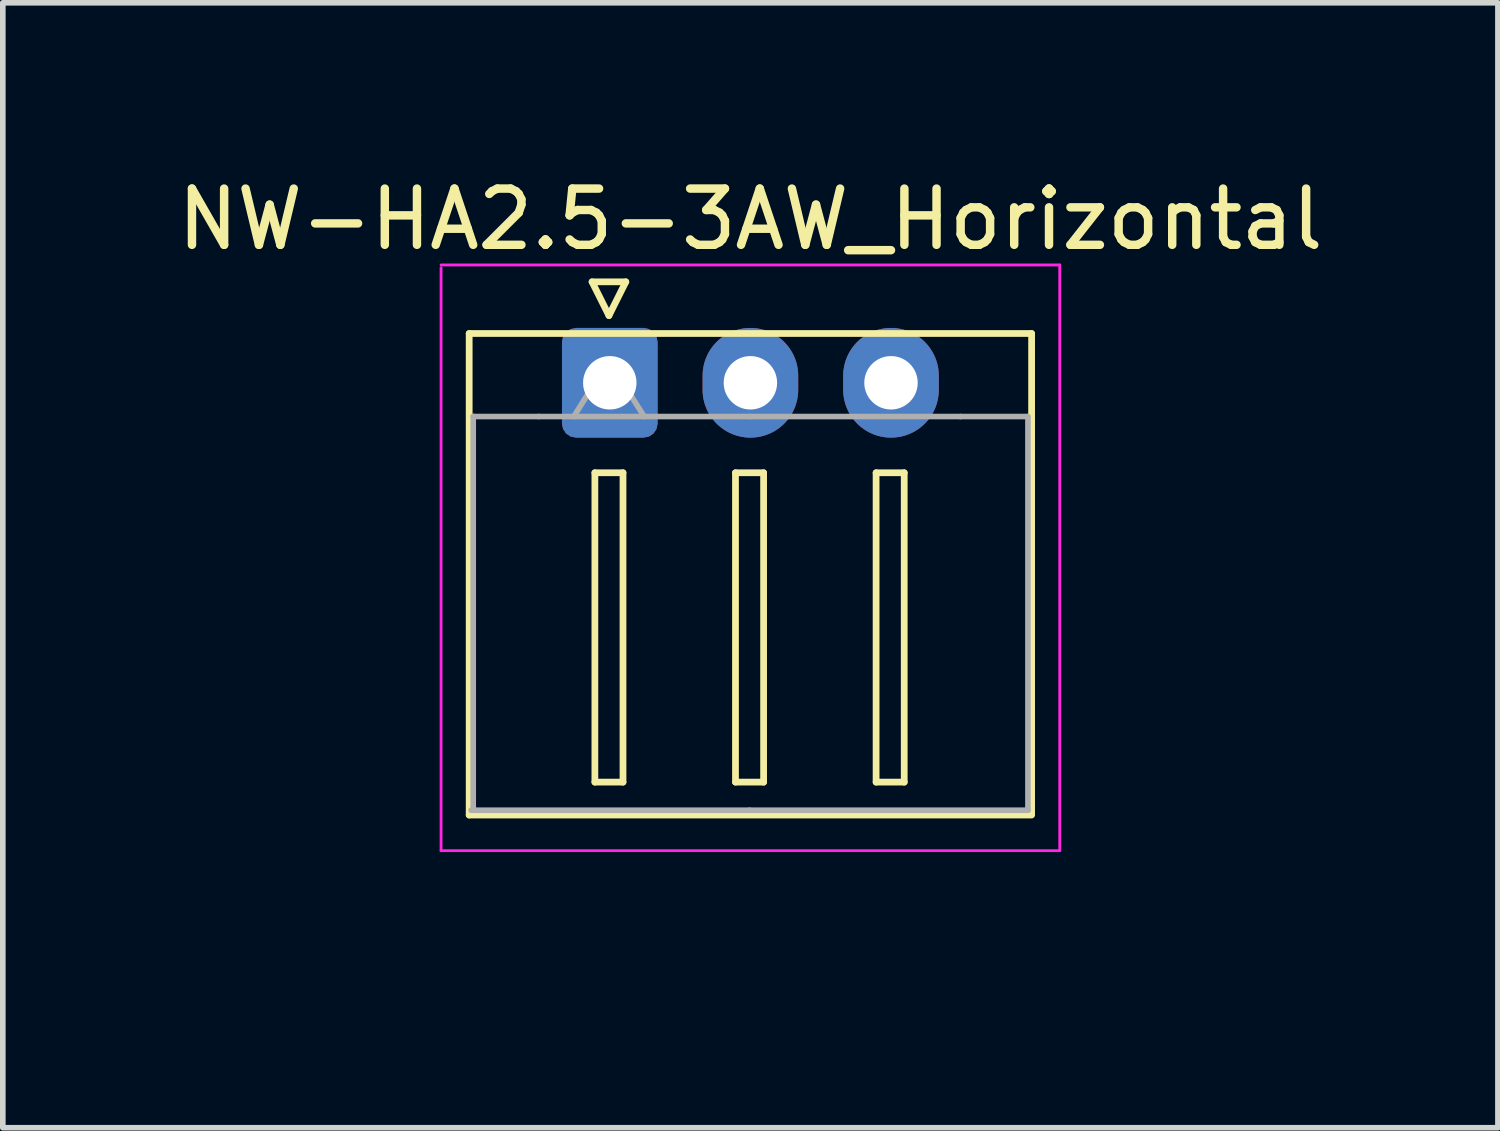
<source format=kicad_pcb>
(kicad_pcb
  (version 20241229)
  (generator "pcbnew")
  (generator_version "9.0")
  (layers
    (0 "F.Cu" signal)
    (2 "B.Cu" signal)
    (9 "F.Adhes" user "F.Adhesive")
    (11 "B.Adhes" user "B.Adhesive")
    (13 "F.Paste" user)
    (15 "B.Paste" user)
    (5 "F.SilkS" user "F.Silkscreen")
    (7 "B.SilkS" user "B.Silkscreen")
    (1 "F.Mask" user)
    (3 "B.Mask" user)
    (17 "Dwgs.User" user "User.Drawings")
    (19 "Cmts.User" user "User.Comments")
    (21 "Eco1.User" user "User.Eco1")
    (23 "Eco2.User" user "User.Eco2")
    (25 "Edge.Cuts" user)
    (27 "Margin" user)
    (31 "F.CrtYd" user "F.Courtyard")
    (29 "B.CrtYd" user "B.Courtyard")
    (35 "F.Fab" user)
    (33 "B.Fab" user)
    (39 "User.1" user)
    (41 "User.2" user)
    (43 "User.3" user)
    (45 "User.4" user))
  (footprint "NW-HA2.5-3AW_Horizontal"
    (layer "F.Cu")
    (at 10.292 13.751)
    (property "Reference" "NW-HA2.5-3AW_Horizontal" (at 0 -12.903 0) (layer "F.SilkS") (effects (font (size 1 1) (thickness 0.15))))
    (attr through_hole)
    (fp_line (start -5 -10.871) (end 5 -10.871) (stroke (width 0.12) (type solid)) (layer "F.SilkS"))
    (fp_line (start -5 -2.31) (end -5 -10.871) (stroke (width 0.12) (type solid)) (layer "F.SilkS"))
    (fp_line (start -5 -2.31) (end 5 -2.31) (stroke (width 0.12) (type solid)) (layer "F.SilkS"))
    (fp_line (start -2.815 -11.79) (end -2.215 -11.79) (stroke (width 0.12) (type solid)) (layer "F.SilkS"))
    (fp_line (start -2.765 -8.395) (end -2.765 -2.895) (stroke (width 0.12) (type solid)) (layer "F.SilkS"))
    (fp_line (start -2.765 -2.895) (end -2.265 -2.895) (stroke (width 0.12) (type solid)) (layer "F.SilkS"))
    (fp_line (start -2.515 -11.19) (end -2.815 -11.79) (stroke (width 0.12) (type solid)) (layer "F.SilkS"))
    (fp_line (start -2.265 -8.395) (end -2.765 -8.395) (stroke (width 0.12) (type solid)) (layer "F.SilkS"))
    (fp_line (start -2.265 -2.895) (end -2.265 -8.395) (stroke (width 0.12) (type solid)) (layer "F.SilkS"))
    (fp_line (start -2.215 -11.79) (end -2.515 -11.19) (stroke (width 0.12) (type solid)) (layer "F.SilkS"))
    (fp_line (start -0.265 -8.395) (end -0.265 -2.895) (stroke (width 0.12) (type solid)) (layer "F.SilkS"))
    (fp_line (start -0.265 -2.895) (end 0.235 -2.895) (stroke (width 0.12) (type solid)) (layer "F.SilkS"))
    (fp_line (start 0.235 -8.395) (end -0.265 -8.395) (stroke (width 0.12) (type solid)) (layer "F.SilkS"))
    (fp_line (start 0.235 -2.895) (end 0.235 -8.395) (stroke (width 0.12) (type solid)) (layer "F.SilkS"))
    (fp_line (start 2.235 -8.395) (end 2.235 -2.895) (stroke (width 0.12) (type solid)) (layer "F.SilkS"))
    (fp_line (start 2.235 -2.895) (end 2.735 -2.895) (stroke (width 0.12) (type solid)) (layer "F.SilkS"))
    (fp_line (start 2.735 -8.395) (end 2.235 -8.395) (stroke (width 0.12) (type solid)) (layer "F.SilkS"))
    (fp_line (start 2.735 -2.895) (end 2.735 -8.395) (stroke (width 0.12) (type solid)) (layer "F.SilkS"))
    (fp_line (start 5 -10.871) (end 5 -2.337) (stroke (width 0.12) (type solid)) (layer "F.SilkS"))
    (fp_line (start -5.5 -1.676) (end -5.5 -12.04) (stroke (width 0.05) (type solid)) (layer "F.CrtYd"))
    (fp_line (start 5.5 -12.09) (end -5.5 -12.09) (stroke (width 0.05) (type solid)) (layer "F.CrtYd"))
    (fp_line (start 5.5 -12.09) (end 5.5 -1.676) (stroke (width 0.05) (type solid)) (layer "F.CrtYd"))
    (fp_line (start 5.5 -1.676) (end -5.5 -1.676) (stroke (width 0.05) (type solid)) (layer "F.CrtYd"))
    (fp_line (start -4.928 -9.398) (end -4.928 -2.395) (stroke (width 0.1) (type solid)) (layer "F.Fab"))
    (fp_line (start -3.765 -9.395) (end -4.928 -9.395) (stroke (width 0.1) (type solid)) (layer "F.Fab"))
    (fp_line (start -3.765 -9.395) (end -0.015 -9.395) (stroke (width 0.1) (type solid)) (layer "F.Fab"))
    (fp_line (start -3.14 -9.395) (end -2.515 -10.395) (stroke (width 0.1) (type solid)) (layer "F.Fab"))
    (fp_line (start -2.515 -10.395) (end -1.89 -9.395) (stroke (width 0.1) (type solid)) (layer "F.Fab"))
    (fp_line (start -0.015 -2.395) (end -4.965 -2.395) (stroke (width 0.1) (type solid)) (layer "F.Fab"))
    (fp_line (start -0.015 -2.395) (end 4.935 -2.395) (stroke (width 0.1) (type solid)) (layer "F.Fab"))
    (fp_line (start 3.735 -9.395) (end -0.015 -9.395) (stroke (width 0.1) (type solid)) (layer "F.Fab"))
    (fp_line (start 3.735 -9.395) (end 4.928 -9.395) (stroke (width 0.1) (type solid)) (layer "F.Fab"))
    (fp_line (start 4.935 -9.395) (end 4.935 -2.395) (stroke (width 0.1) (type solid)) (layer "F.Fab"))
    (pad "1" thru_hole roundrect (at -2.5 -9.995) (size 1.7 1.95) (drill 0.95) (layers "*.Cu" "*.Mask") (roundrect_rratio 0.147))
    (pad "2" thru_hole oval (at 0 -9.995) (size 1.7 1.95) (drill 0.95) (layers "*.Cu" "*.Mask"))
    (pad "3" thru_hole oval (at 2.5 -9.995) (size 1.7 1.95) (drill 0.95) (layers "*.Cu" "*.Mask")))
  (gr_rect
    (start -3 -3)
    (end 23.583 17.001)
    (stroke (width 0.1) (type default))
    (fill no)
    (layer "Edge.Cuts")))
</source>
